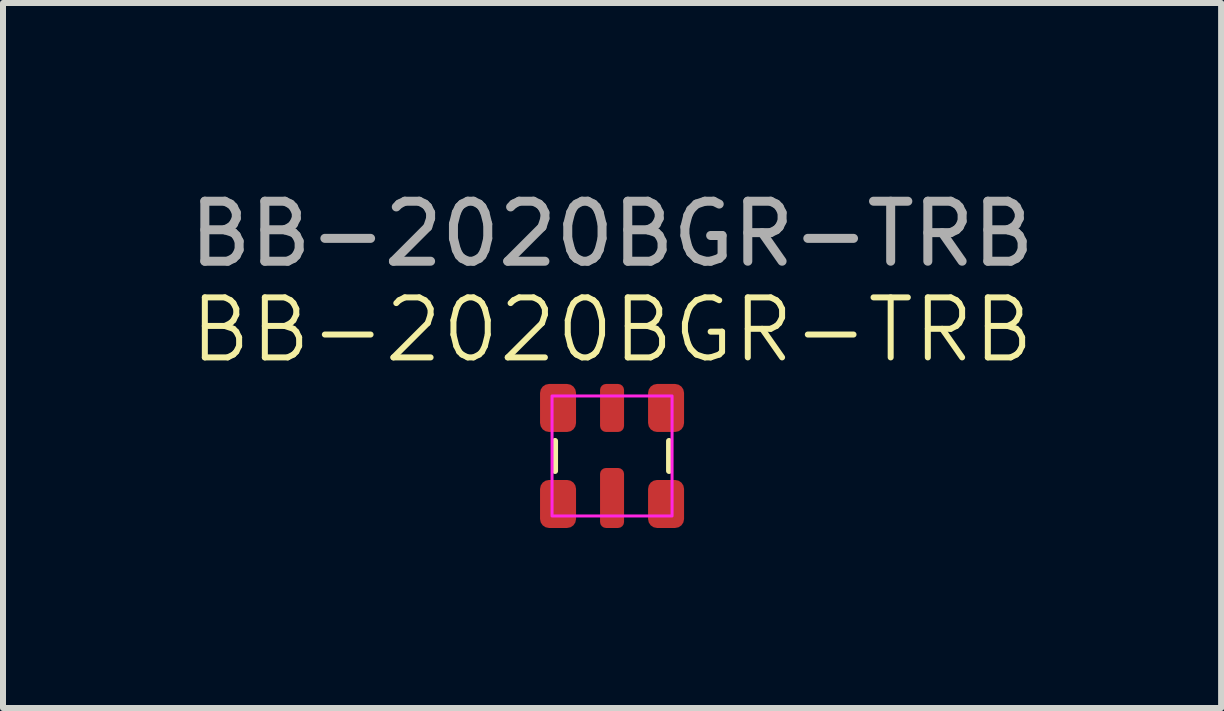
<source format=kicad_pcb>
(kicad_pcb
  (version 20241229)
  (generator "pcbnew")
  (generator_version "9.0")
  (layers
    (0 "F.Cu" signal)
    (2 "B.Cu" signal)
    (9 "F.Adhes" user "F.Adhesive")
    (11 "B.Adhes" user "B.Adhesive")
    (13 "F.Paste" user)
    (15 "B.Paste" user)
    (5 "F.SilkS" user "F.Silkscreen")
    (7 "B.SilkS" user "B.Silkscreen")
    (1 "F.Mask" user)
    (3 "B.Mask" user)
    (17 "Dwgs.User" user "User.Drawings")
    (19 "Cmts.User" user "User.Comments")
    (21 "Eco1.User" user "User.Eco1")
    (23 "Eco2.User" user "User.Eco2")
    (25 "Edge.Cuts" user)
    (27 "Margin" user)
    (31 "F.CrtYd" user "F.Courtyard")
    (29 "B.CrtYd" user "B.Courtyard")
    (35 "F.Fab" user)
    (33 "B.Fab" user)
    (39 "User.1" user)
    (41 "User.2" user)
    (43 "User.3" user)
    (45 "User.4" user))
  (footprint "BB-2020BGR-TRB"
    (layer "F.Cu")
    (at 7.149 4.548)
    (property "Reference" "BB-2020BGR-TRB" (at 0 -2.1 0) (unlocked yes) (layer "F.SilkS") (effects (font (size 1 1) (thickness 0.1))))
    (attr smd)
    (fp_line (start -0.95 -0.25) (end -0.95 0.25) (stroke (width 0.1) (type default)) (layer "F.SilkS"))
    (fp_line (start 0.95 -0.25) (end 0.95 0.25) (stroke (width 0.1) (type default)) (layer "F.SilkS"))
    (fp_rect (start -1 -1) (end 1 1) (stroke (width 0.05) (type default)) (fill no) (layer "F.CrtYd"))
    (fp_text user "${REFERENCE}" (at 0 -3.7 0) (unlocked yes) (layer "F.Fab") (effects (font (size 1 1) (thickness 0.15))))
    (pad "1" smd roundrect (at 0 -0.8) (size 0.4 0.8) (layers "F.Cu" "F.Mask" "F.Paste") (roundrect_rratio 0.25))
    (pad "2" smd roundrect (at 0.9 0.8) (size 0.6 0.8) (layers "F.Cu" "F.Mask" "F.Paste") (roundrect_rratio 0.25))
    (pad "3" smd roundrect (at 0.9 -0.8) (size 0.6 0.8) (layers "F.Cu" "F.Mask" "F.Paste") (roundrect_rratio 0.25))
    (pad "4" smd roundrect (at -0.9 0.8) (size 0.6 0.8) (layers "F.Cu" "F.Mask" "F.Paste") (roundrect_rratio 0.25))
    (pad "5" smd roundrect (at -0.9 -0.8) (size 0.6 0.8) (layers "F.Cu" "F.Mask" "F.Paste") (roundrect_rratio 0.25))
    (pad "6" smd roundrect (at 0 0.7) (size 0.4 1) (layers "F.Cu" "F.Mask" "F.Paste") (roundrect_rratio 0.25)))
  (gr_rect
    (start -3 -3)
    (end 17.298 8.748)
    (stroke (width 0.1) (type default))
    (fill no)
    (layer "Edge.Cuts")))
</source>
